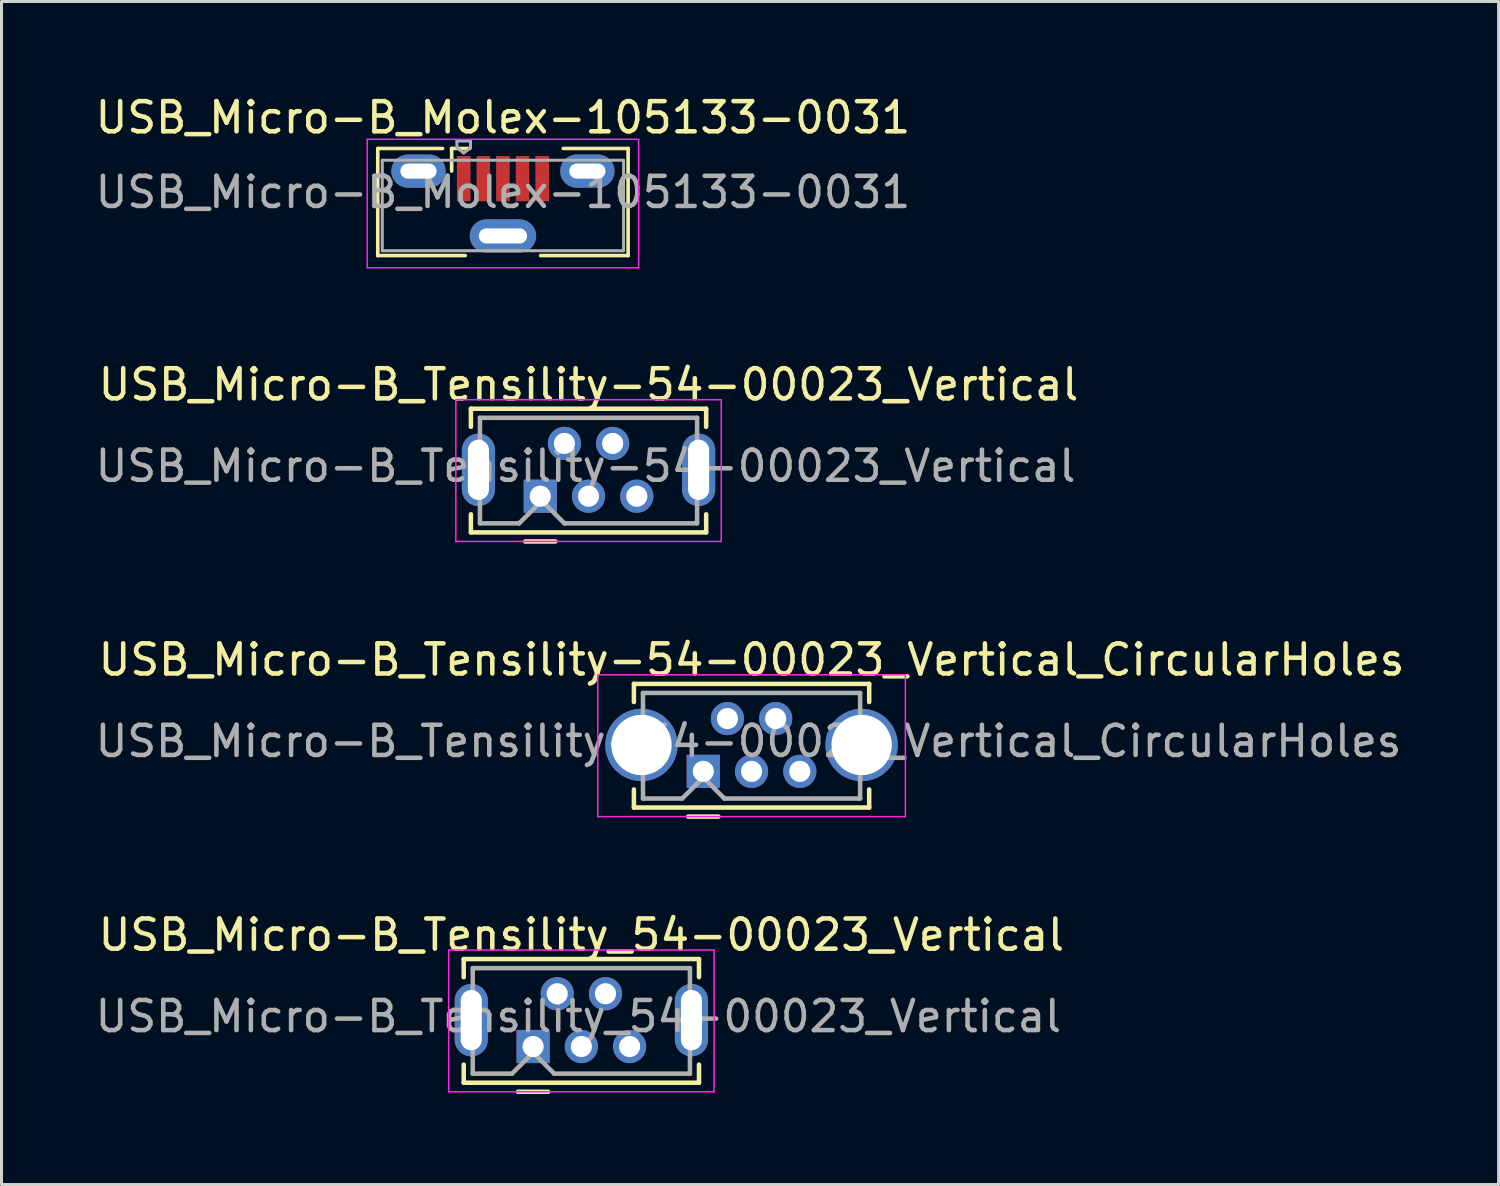
<source format=kicad_pcb>
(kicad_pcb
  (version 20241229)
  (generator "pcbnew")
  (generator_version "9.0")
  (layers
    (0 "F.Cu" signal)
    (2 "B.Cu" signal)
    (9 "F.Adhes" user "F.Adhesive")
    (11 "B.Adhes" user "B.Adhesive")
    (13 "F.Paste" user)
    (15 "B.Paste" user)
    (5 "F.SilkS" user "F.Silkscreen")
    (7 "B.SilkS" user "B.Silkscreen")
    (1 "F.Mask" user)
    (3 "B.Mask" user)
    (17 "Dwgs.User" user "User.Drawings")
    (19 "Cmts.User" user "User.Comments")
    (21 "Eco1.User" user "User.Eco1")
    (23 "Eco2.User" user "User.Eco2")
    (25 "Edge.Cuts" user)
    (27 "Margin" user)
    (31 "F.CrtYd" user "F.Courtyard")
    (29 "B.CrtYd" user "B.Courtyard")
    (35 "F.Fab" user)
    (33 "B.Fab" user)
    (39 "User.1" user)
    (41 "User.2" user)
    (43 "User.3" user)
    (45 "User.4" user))
  (footprint "USB_Micro-B_Tensility_54-00023_Vertical"
    (layer "F.Cu")
    (at 14.625 31.648)
    (property "Reference" "USB_Micro-B_Tensility_54-00023_Vertical" (at 1.6 -3.7 0) (layer "F.SilkS") (effects (font (size 1 1) (thickness 0.15))))
    (attr through_hole)
    (fp_line (start -2.3 -2.9) (end 5.5 -2.9) (stroke (width 0.15) (type solid)) (layer "F.SilkS"))
    (fp_line (start -2.3 -2.3) (end -2.3 -2.9) (stroke (width 0.15) (type solid)) (layer "F.SilkS"))
    (fp_line (start -2.3 0.6) (end -2.3 1.2) (stroke (width 0.15) (type solid)) (layer "F.SilkS"))
    (fp_line (start -2.3 1.2) (end 5.5 1.2) (stroke (width 0.15) (type solid)) (layer "F.SilkS"))
    (fp_line (start -0.5 1.5) (end 0.5 1.5) (stroke (width 0.15) (type solid)) (layer "F.SilkS"))
    (fp_line (start 5.5 -2.9) (end 5.5 -2.3) (stroke (width 0.15) (type solid)) (layer "F.SilkS"))
    (fp_line (start 5.5 1.2) (end 5.5 0.6) (stroke (width 0.15) (type solid)) (layer "F.SilkS"))
    (fp_line (start -2.8 -3.2) (end -2.8 1.5) (stroke (width 0.05) (type solid)) (layer "F.CrtYd"))
    (fp_line (start -2.8 1.5) (end 6 1.5) (stroke (width 0.05) (type solid)) (layer "F.CrtYd"))
    (fp_line (start 6 -3.2) (end -2.8 -3.2) (stroke (width 0.05) (type solid)) (layer "F.CrtYd"))
    (fp_line (start 6 1.5) (end 6 -3.2) (stroke (width 0.05) (type solid)) (layer "F.CrtYd"))
    (fp_line (start -2 0.9) (end -2 -2.6) (stroke (width 0.15) (type solid)) (layer "F.Fab"))
    (fp_line (start -2 0.9) (end -0.7 0.9) (stroke (width 0.15) (type solid)) (layer "F.Fab"))
    (fp_line (start -0.7 0.9) (end 0 0.2) (stroke (width 0.15) (type solid)) (layer "F.Fab"))
    (fp_line (start 0 0.2) (end 0.7 0.9) (stroke (width 0.15) (type solid)) (layer "F.Fab"))
    (fp_line (start 0.7 0.9) (end 5.2 0.9) (stroke (width 0.15) (type solid)) (layer "F.Fab"))
    (fp_line (start 5.2 -2.6) (end -2 -2.6) (stroke (width 0.15) (type solid)) (layer "F.Fab"))
    (fp_line (start 5.2 -2.6) (end 5.2 0.9) (stroke (width 0.15) (type solid)) (layer "F.Fab"))
    (fp_text user "${REFERENCE}" (at 1.5 -1 0) (layer "F.Fab") (effects (font (size 1 1) (thickness 0.15))))
    (pad "1" thru_hole rect (at 0 0) (size 1.1 1.1) (drill 0.7) (layers "*.Cu" "*.Mask"))
    (pad "2" thru_hole circle (at 0.8 -1.75) (size 1.1 1.1) (drill 0.7) (layers "*.Cu" "*.Mask"))
    (pad "3" thru_hole circle (at 1.6 0) (size 1.1 1.1) (drill 0.7) (layers "*.Cu" "*.Mask"))
    (pad "4" thru_hole circle (at 2.4 -1.75) (size 1.1 1.1) (drill 0.7) (layers "*.Cu" "*.Mask"))
    (pad "5" thru_hole circle (at 3.2 0) (size 1.1 1.1) (drill 0.7) (layers "*.Cu" "*.Mask"))
    (pad "6" thru_hole oval (at -2.05 -0.875) (size 1.1 2.4) (drill oval 0.7 2) (layers "*.Cu" "*.Mask"))
    (pad "6" thru_hole oval (at 5.25 -0.875) (size 1.1 2.4) (drill oval 0.7 2) (layers "*.Cu" "*.Mask")))
  (footprint "USB_Micro-B_Molex-105133-0031"
    (layer "F.Cu")
    (at 13.625 3.698)
    (property "Reference" "USB_Micro-B_Molex-105133-0031" (at 0 -2.85 0) (layer "F.SilkS") (effects (font (size 1 1) (thickness 0.15))))
    (attr smd)
    (fp_line (start -4.15 -1.825) (end -4.15 1.725) (stroke (width 0.12) (type solid)) (layer "F.SilkS"))
    (fp_line (start -4.15 1.725) (end -1.25 1.725) (stroke (width 0.12) (type solid)) (layer "F.SilkS"))
    (fp_line (start -2 -1.825) (end -4.15 -1.825) (stroke (width 0.12) (type solid)) (layer "F.SilkS"))
    (fp_line (start -1.7 -1.825) (end -1.1 -1.825) (stroke (width 0.12) (type solid)) (layer "F.SilkS"))
    (fp_line (start -1.7 -1.075) (end -1.7 -1.825) (stroke (width 0.12) (type solid)) (layer "F.SilkS"))
    (fp_line (start 2 -1.825) (end 4.15 -1.825) (stroke (width 0.12) (type solid)) (layer "F.SilkS"))
    (fp_line (start 4.15 -1.825) (end 4.15 1.725) (stroke (width 0.12) (type solid)) (layer "F.SilkS"))
    (fp_line (start 4.15 1.725) (end 1.25 1.725) (stroke (width 0.12) (type solid)) (layer "F.SilkS"))
    (fp_line (start -4.5 -2.13) (end 4.5 -2.13) (stroke (width 0.05) (type solid)) (layer "F.CrtYd"))
    (fp_line (start -4.5 2.13) (end -4.5 -2.13) (stroke (width 0.05) (type solid)) (layer "F.CrtYd"))
    (fp_line (start -4.5 2.13) (end 4.5 2.13) (stroke (width 0.05) (type solid)) (layer "F.CrtYd"))
    (fp_line (start 4.5 2.13) (end 4.5 -2.13) (stroke (width 0.05) (type solid)) (layer "F.CrtYd"))
    (fp_line (start -4 1.565) (end -4 -1.435) (stroke (width 0.1) (type solid)) (layer "F.Fab"))
    (fp_line (start -4 1.565) (end 4 1.565) (stroke (width 0.1) (type solid)) (layer "F.Fab"))
    (fp_line (start -1.525 -2.075) (end -1.075 -2.075) (stroke (width 0.1) (type solid)) (layer "F.Fab"))
    (fp_line (start -1.525 -1.85) (end -1.525 -2.075) (stroke (width 0.1) (type solid)) (layer "F.Fab"))
    (fp_line (start -1.3 -1.675) (end -1.525 -1.85) (stroke (width 0.1) (type solid)) (layer "F.Fab"))
    (fp_line (start -1.3 -1.675) (end -1.075 -1.85) (stroke (width 0.1) (type solid)) (layer "F.Fab"))
    (fp_line (start -1.075 -2.075) (end -1.075 -1.85) (stroke (width 0.1) (type solid)) (layer "F.Fab"))
    (fp_line (start 4 -1.435) (end -4 -1.435) (stroke (width 0.1) (type solid)) (layer "F.Fab"))
    (fp_line (start 4 1.565) (end 4 -1.435) (stroke (width 0.1) (type solid)) (layer "F.Fab"))
    (fp_text user "${REFERENCE}" (at 0 -0.375 0) (layer "F.Fab") (effects (font (size 1 1) (thickness 0.15))))
    (pad "1" smd rect (at -1.3 -0.825) (size 0.45 1.5) (layers "F.Cu" "F.Mask" "F.Paste"))
    (pad "2" smd rect (at -0.65 -0.825) (size 0.45 1.5) (layers "F.Cu" "F.Mask" "F.Paste"))
    (pad "3" smd rect (at 0 -0.825) (size 0.45 1.5) (layers "F.Cu" "F.Mask" "F.Paste"))
    (pad "4" smd rect (at 0.65 -0.825) (size 0.45 1.5) (layers "F.Cu" "F.Mask" "F.Paste"))
    (pad "5" smd rect (at 1.3 -0.825) (size 0.45 1.5) (layers "F.Cu" "F.Mask" "F.Paste"))
    (pad "6" thru_hole oval (at -2.8 -1.075) (size 1.8 1.1) (drill oval 1.2 0.5) (layers "*.Cu" "*.Mask"))
    (pad "6" thru_hole oval (at 0 1.075) (size 2.2 1.1) (drill oval 1.6 0.5) (layers "*.Cu" "*.Mask"))
    (pad "6" thru_hole oval (at 2.8 -1.075) (size 1.8 1.1) (drill oval 1.2 0.5) (layers "*.Cu" "*.Mask")))
  (footprint "USB_Micro-B_Tensility-54-00023_Vertical_CircularHoles"
    (layer "F.Cu")
    (at 20.268 22.525)
    (property "Reference" "USB_Micro-B_Tensility-54-00023_Vertical_CircularHoles" (at 1.6 -3.7 0) (layer "F.SilkS") (effects (font (size 1 1) (thickness 0.15))))
    (attr through_hole)
    (fp_line (start -2.3 -2.9) (end 5.5 -2.9) (stroke (width 0.15) (type solid)) (layer "F.SilkS"))
    (fp_line (start -2.3 -2.3) (end -2.3 -2.9) (stroke (width 0.15) (type solid)) (layer "F.SilkS"))
    (fp_line (start -2.3 0.6) (end -2.3 1.2) (stroke (width 0.15) (type solid)) (layer "F.SilkS"))
    (fp_line (start -2.3 1.2) (end 5.5 1.2) (stroke (width 0.15) (type solid)) (layer "F.SilkS"))
    (fp_line (start -0.5 1.5) (end 0.5 1.5) (stroke (width 0.15) (type solid)) (layer "F.SilkS"))
    (fp_line (start 5.5 -2.9) (end 5.5 -2.3) (stroke (width 0.15) (type solid)) (layer "F.SilkS"))
    (fp_line (start 5.5 1.2) (end 5.5 0.6) (stroke (width 0.15) (type solid)) (layer "F.SilkS"))
    (fp_line (start -3.5 -3.2) (end -3.5 1.5) (stroke (width 0.05) (type solid)) (layer "F.CrtYd"))
    (fp_line (start -3.5 1.5) (end 6.7 1.5) (stroke (width 0.05) (type solid)) (layer "F.CrtYd"))
    (fp_line (start 6.7 -3.2) (end -3.5 -3.2) (stroke (width 0.05) (type solid)) (layer "F.CrtYd"))
    (fp_line (start 6.7 1.5) (end 6.7 -3.2) (stroke (width 0.05) (type solid)) (layer "F.CrtYd"))
    (fp_line (start -2 0.9) (end -2 -2.6) (stroke (width 0.15) (type solid)) (layer "F.Fab"))
    (fp_line (start -2 0.9) (end -0.7 0.9) (stroke (width 0.15) (type solid)) (layer "F.Fab"))
    (fp_line (start -0.7 0.9) (end 0 0.2) (stroke (width 0.15) (type solid)) (layer "F.Fab"))
    (fp_line (start 0 0.2) (end 0.7 0.9) (stroke (width 0.15) (type solid)) (layer "F.Fab"))
    (fp_line (start 0.7 0.9) (end 5.2 0.9) (stroke (width 0.15) (type solid)) (layer "F.Fab"))
    (fp_line (start 5.2 -2.6) (end -2 -2.6) (stroke (width 0.15) (type solid)) (layer "F.Fab"))
    (fp_line (start 5.2 -2.6) (end 5.2 0.9) (stroke (width 0.15) (type solid)) (layer "F.Fab"))
    (fp_text user "${REFERENCE}" (at 1.5 -1 0) (layer "F.Fab") (effects (font (size 1 1) (thickness 0.15))))
    (pad "1" thru_hole rect (at 0 0) (size 1.1 1.1) (drill 0.7) (layers "*.Cu" "*.Mask"))
    (pad "2" thru_hole circle (at 0.8 -1.75) (size 1.1 1.1) (drill 0.7) (layers "*.Cu" "*.Mask"))
    (pad "3" thru_hole circle (at 1.6 0) (size 1.1 1.1) (drill 0.7) (layers "*.Cu" "*.Mask"))
    (pad "4" thru_hole circle (at 2.4 -1.75) (size 1.1 1.1) (drill 0.7) (layers "*.Cu" "*.Mask"))
    (pad "5" thru_hole circle (at 3.2 0) (size 1.1 1.1) (drill 0.7) (layers "*.Cu" "*.Mask"))
    (pad "6" thru_hole circle (at -2.05 -0.875) (size 2.4 2.4) (drill 2) (layers "*.Cu" "*.Mask"))
    (pad "6" thru_hole circle (at 5.25 -0.875) (size 2.4 2.4) (drill 2) (layers "*.Cu" "*.Mask")))
  (footprint "USB_Micro-B_Tensility-54-00023_Vertical"
    (layer "F.Cu")
    (at 14.863 13.402)
    (property "Reference" "USB_Micro-B_Tensility-54-00023_Vertical" (at 1.6 -3.7 0) (layer "F.SilkS") (effects (font (size 1 1) (thickness 0.15))))
    (attr through_hole)
    (fp_line (start -2.3 -2.9) (end 5.5 -2.9) (stroke (width 0.15) (type solid)) (layer "F.SilkS"))
    (fp_line (start -2.3 -2.3) (end -2.3 -2.9) (stroke (width 0.15) (type solid)) (layer "F.SilkS"))
    (fp_line (start -2.3 0.6) (end -2.3 1.2) (stroke (width 0.15) (type solid)) (layer "F.SilkS"))
    (fp_line (start -2.3 1.2) (end 5.5 1.2) (stroke (width 0.15) (type solid)) (layer "F.SilkS"))
    (fp_line (start -0.5 1.5) (end 0.5 1.5) (stroke (width 0.15) (type solid)) (layer "F.SilkS"))
    (fp_line (start 5.5 -2.9) (end 5.5 -2.3) (stroke (width 0.15) (type solid)) (layer "F.SilkS"))
    (fp_line (start 5.5 1.2) (end 5.5 0.6) (stroke (width 0.15) (type solid)) (layer "F.SilkS"))
    (fp_line (start -2.8 -3.2) (end -2.8 1.5) (stroke (width 0.05) (type solid)) (layer "F.CrtYd"))
    (fp_line (start -2.8 1.5) (end 6 1.5) (stroke (width 0.05) (type solid)) (layer "F.CrtYd"))
    (fp_line (start 6 -3.2) (end -2.8 -3.2) (stroke (width 0.05) (type solid)) (layer "F.CrtYd"))
    (fp_line (start 6 1.5) (end 6 -3.2) (stroke (width 0.05) (type solid)) (layer "F.CrtYd"))
    (fp_line (start -2 0.9) (end -2 -2.6) (stroke (width 0.15) (type solid)) (layer "F.Fab"))
    (fp_line (start -2 0.9) (end -0.7 0.9) (stroke (width 0.15) (type solid)) (layer "F.Fab"))
    (fp_line (start -0.7 0.9) (end 0 0.2) (stroke (width 0.15) (type solid)) (layer "F.Fab"))
    (fp_line (start 0 0.1) (end 0.8 0.9) (stroke (width 0.15) (type solid)) (layer "F.Fab"))
    (fp_line (start 0.8 0.9) (end 5.2 0.9) (stroke (width 0.15) (type solid)) (layer "F.Fab"))
    (fp_line (start 5.2 -2.6) (end -2 -2.6) (stroke (width 0.15) (type solid)) (layer "F.Fab"))
    (fp_line (start 5.2 -2.6) (end 5.2 0.9) (stroke (width 0.15) (type solid)) (layer "F.Fab"))
    (fp_text user "${REFERENCE}" (at 1.5 -1 0) (layer "F.Fab") (effects (font (size 1 1) (thickness 0.15))))
    (pad "1" thru_hole rect (at 0 0) (size 1.1 1.1) (drill 0.7) (layers "*.Cu" "*.Mask"))
    (pad "2" thru_hole circle (at 0.8 -1.75) (size 1.1 1.1) (drill 0.7) (layers "*.Cu" "*.Mask"))
    (pad "3" thru_hole circle (at 1.6 0) (size 1.1 1.1) (drill 0.7) (layers "*.Cu" "*.Mask"))
    (pad "4" thru_hole circle (at 2.4 -1.75) (size 1.1 1.1) (drill 0.7) (layers "*.Cu" "*.Mask"))
    (pad "5" thru_hole circle (at 3.2 0) (size 1.1 1.1) (drill 0.7) (layers "*.Cu" "*.Mask"))
    (pad "6" thru_hole oval (at -2.05 -0.875) (size 1.1 2.4) (drill oval 0.7 2) (layers "*.Cu" "*.Mask"))
    (pad "6" thru_hole oval (at 5.25 -0.875) (size 1.1 2.4) (drill oval 0.7 2) (layers "*.Cu" "*.Mask")))
  (gr_rect
    (start -3 -3)
    (end 46.636 36.223)
    (stroke (width 0.1) (type default))
    (fill no)
    (layer "Edge.Cuts")))
</source>
